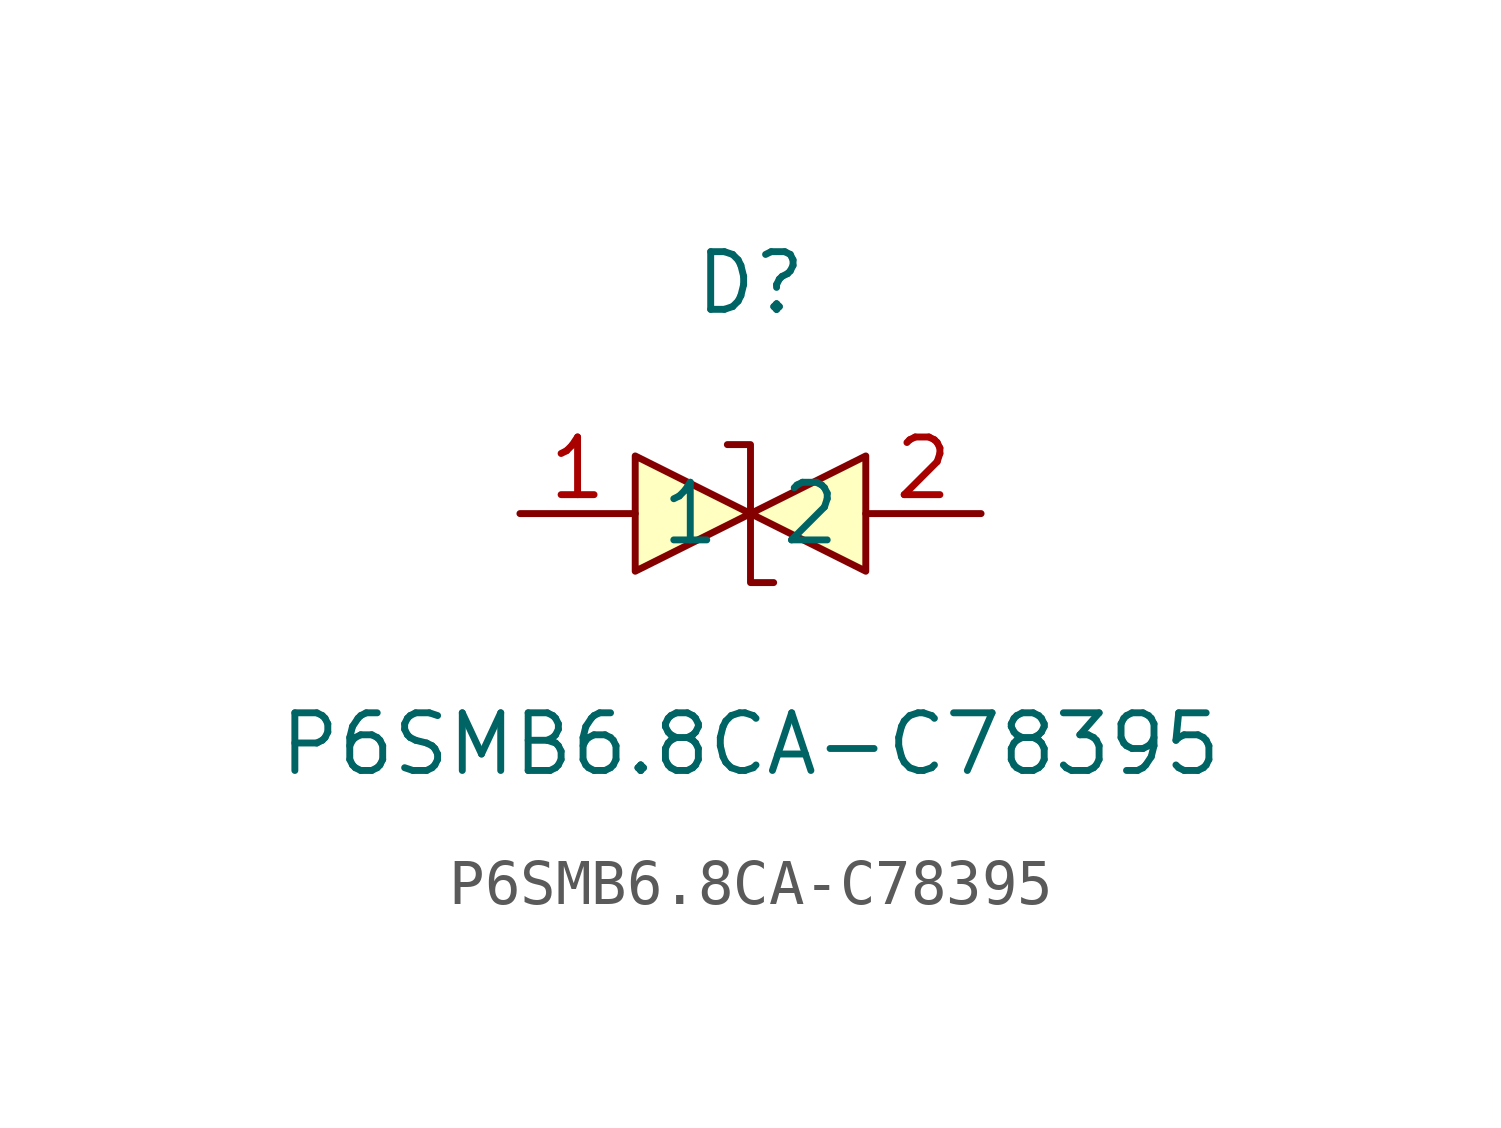
<source format=kicad_sym>
(kicad_symbol_lib
  (version 20211014)
  (generator https://github.com/uPesy/easyeda2kicad.py)
  (symbol "P6SMB6.8CA-C78395"
    (property "Reference" "D"
      (at 0 5.08 0)
      (effects (font (size 1.27 1.27))))
    (property "Value" "P6SMB6.8CA-C78395"
      (at 0 -5.08 0)
      (effects (font (size 1.27 1.27))))
    (symbol "P6SMB6.8CA-C78395_0_1"
      (polyline (pts (xy -0.51 1.52) (xy -0.51 1.52) (xy 0.00 1.52) (xy 0.00 -1.52) (xy 0.51 -1.52) (xy 0.51 -1.52)) (stroke (width 0) (type default) (color 0 0 0 0)) (fill (type none)))
      (polyline (pts (xy -2.54 1.27) (xy 0.00 -0.00) (xy -2.54 -1.27) (xy -2.54 1.27)) (stroke (width 0) (type default) (color 0 0 0 0)) (fill (type background)))
      (polyline (pts (xy 2.54 1.27) (xy 0.00 -0.00) (xy 2.54 -1.27) (xy 2.54 1.27)) (stroke (width 0) (type default) (color 0 0 0 0)) (fill (type background)))
      (pin unspecified line (at 5.08 -0.00 180) (length 2.54) (name "2" (effects (font (size 1.27 1.27)))) (number "2" (effects (font (size 1.27 1.27)))))
      (pin unspecified line (at -5.08 -0.00 0) (length 2.54) (name "1" (effects (font (size 1.27 1.27)))) (number "1" (effects (font (size 1.27 1.27))))))))
</source>
